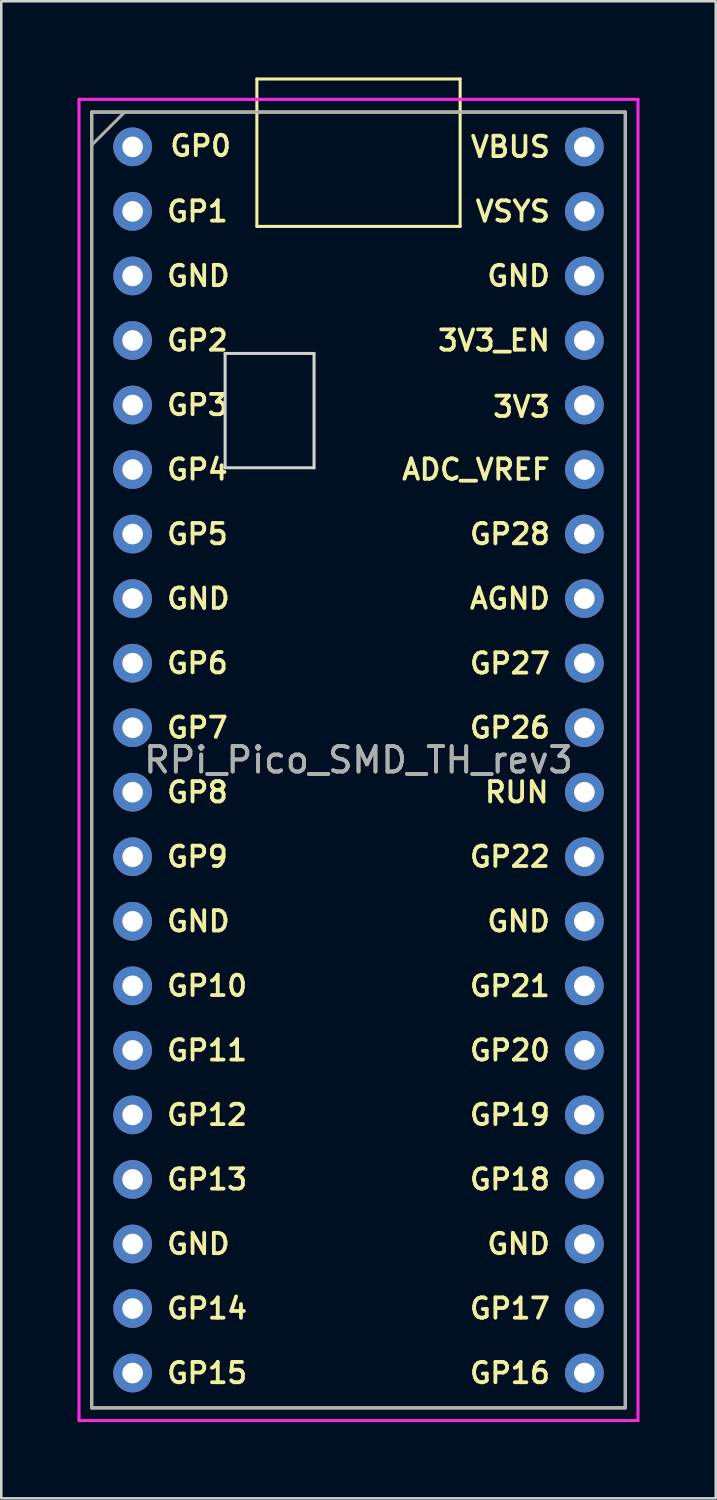
<source format=kicad_pcb>
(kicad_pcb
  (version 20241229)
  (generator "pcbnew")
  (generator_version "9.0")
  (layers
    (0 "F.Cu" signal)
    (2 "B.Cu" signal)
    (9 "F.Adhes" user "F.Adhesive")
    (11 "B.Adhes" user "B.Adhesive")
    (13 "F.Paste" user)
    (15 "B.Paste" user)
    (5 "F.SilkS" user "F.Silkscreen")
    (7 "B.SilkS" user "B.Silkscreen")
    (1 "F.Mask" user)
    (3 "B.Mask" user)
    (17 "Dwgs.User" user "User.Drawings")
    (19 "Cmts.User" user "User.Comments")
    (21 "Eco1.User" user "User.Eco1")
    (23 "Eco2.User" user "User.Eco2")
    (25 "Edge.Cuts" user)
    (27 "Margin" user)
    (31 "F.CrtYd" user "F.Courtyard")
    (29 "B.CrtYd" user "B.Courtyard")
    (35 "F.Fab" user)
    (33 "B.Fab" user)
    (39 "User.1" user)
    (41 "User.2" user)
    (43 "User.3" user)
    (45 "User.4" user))
  (footprint "RPi_Pico_SMD_TH_rev3"
    (layer "F.Cu")
    (at 11.06 26.86)
    (property "Reference" "RPi_Pico_SMD_TH_rev3" (at 0 0 0) (layer "F.Fab") (effects (font (size 1 1) (thickness 0.15))))
    (fp_line (start -10.5 -25.5) (end -10.5 25.5) (stroke (width 0.12) (type solid)) (layer "F.SilkS"))
    (fp_line (start -10.5 -25.5) (end 10.5 -25.5) (stroke (width 0.12) (type solid)) (layer "F.SilkS"))
    (fp_line (start -4 -26.8) (end -4 -21) (stroke (width 0.12) (type solid)) (layer "F.SilkS"))
    (fp_line (start -4 -26.8) (end 4 -26.8) (stroke (width 0.12) (type solid)) (layer "F.SilkS"))
    (fp_line (start -4 -21) (end 4 -21) (stroke (width 0.12) (type solid)) (layer "F.SilkS"))
    (fp_line (start 4 -26.8) (end 4 -21) (stroke (width 0.12) (type solid)) (layer "F.SilkS"))
    (fp_line (start 10.5 -25.5) (end 10.5 25.5) (stroke (width 0.12) (type solid)) (layer "F.SilkS"))
    (fp_line (start 10.5 25.5) (end -10.5 25.5) (stroke (width 0.12) (type solid)) (layer "F.SilkS"))
    (fp_line (start -5.25 -16) (end -1.75 -16) (stroke (width 0.12) (type solid)) (layer "Edge.Cuts"))
    (fp_line (start -5.25 -11.5) (end -5.25 -16) (stroke (width 0.12) (type solid)) (layer "Edge.Cuts"))
    (fp_line (start -1.75 -16) (end -1.75 -11.5) (stroke (width 0.12) (type solid)) (layer "Edge.Cuts"))
    (fp_line (start -1.75 -11.5) (end -5.25 -11.5) (stroke (width 0.12) (type solid)) (layer "Edge.Cuts"))
    (fp_line (start -11 -26) (end 11 -26) (stroke (width 0.12) (type solid)) (layer "F.CrtYd"))
    (fp_line (start -11 26) (end -11 -26) (stroke (width 0.12) (type solid)) (layer "F.CrtYd"))
    (fp_line (start 11 -26) (end 11 26) (stroke (width 0.12) (type solid)) (layer "F.CrtYd"))
    (fp_line (start 11 26) (end -11 26) (stroke (width 0.12) (type solid)) (layer "F.CrtYd"))
    (fp_line (start -10.5 -25.5) (end 10.5 -25.5) (stroke (width 0.12) (type solid)) (layer "F.Fab"))
    (fp_line (start -10.5 -24.2) (end -9.2 -25.5) (stroke (width 0.12) (type solid)) (layer "F.Fab"))
    (fp_line (start -10.5 25.5) (end -10.5 -25.5) (stroke (width 0.12) (type solid)) (layer "F.Fab"))
    (fp_line (start 10.5 -25.5) (end 10.5 25.5) (stroke (width 0.12) (type solid)) (layer "F.Fab"))
    (fp_line (start 10.5 25.5) (end -10.5 25.5) (stroke (width 0.12) (type solid)) (layer "F.Fab"))
    (fp_text user "GP6" (at -7.62 -3.81 0) (layer "F.SilkS") (effects (font (size 0.8 0.8) (thickness 0.15)) (justify left)))
    (fp_text user "GND" (at -7.62 -19.05 0) (layer "F.SilkS") (effects (font (size 0.8 0.8) (thickness 0.15)) (justify left)))
    (fp_text user "GP22" (at 7.62 3.81 0) (layer "F.SilkS") (effects (font (size 0.8 0.8) (thickness 0.15)) (justify right)))
    (fp_text user "GP16" (at 7.62 24.13 0) (layer "F.SilkS") (effects (font (size 0.8 0.8) (thickness 0.15)) (justify right)))
    (fp_text user "GND" (at 7.62 6.35 0) (layer "F.SilkS") (effects (font (size 0.8 0.8) (thickness 0.15)) (justify right)))
    (fp_text user "GP1" (at -7.62 -21.59 0) (layer "F.SilkS") (effects (font (size 0.8 0.8) (thickness 0.15)) (justify left)))
    (fp_text user "GP28" (at 7.62 -8.89 0) (layer "F.SilkS") (effects (font (size 0.8 0.8) (thickness 0.15)) (justify right)))
    (fp_text user "GP20" (at 7.62 11.43 0) (layer "F.SilkS") (effects (font (size 0.8 0.8) (thickness 0.15)) (justify right)))
    (fp_text user "GND" (at 7.62 19.05 0) (layer "F.SilkS") (effects (font (size 0.8 0.8) (thickness 0.15)) (justify right)))
    (fp_text user "GP27" (at 7.62 -3.8 0) (layer "F.SilkS") (effects (font (size 0.8 0.8) (thickness 0.15)) (justify right)))
    (fp_text user "GP12" (at -7.62 13.97 0) (layer "F.SilkS") (effects (font (size 0.8 0.8) (thickness 0.15)) (justify left)))
    (fp_text user "GP10" (at -7.62 8.89 0) (layer "F.SilkS") (effects (font (size 0.8 0.8) (thickness 0.15)) (justify left)))
    (fp_text user "VBUS" (at 7.62 -24.13 0) (layer "F.SilkS") (effects (font (size 0.8 0.8) (thickness 0.15)) (justify right)))
    (fp_text user "AGND" (at 7.62 -6.35 0) (layer "F.SilkS") (effects (font (size 0.8 0.8) (thickness 0.15)) (justify right)))
    (fp_text user "GND" (at -7.62 -6.35 0) (layer "F.SilkS") (effects (font (size 0.8 0.8) (thickness 0.15)) (justify left)))
    (fp_text user "GP0" (at -7.493 -24.166 0) (layer "F.SilkS") (effects (font (size 0.8 0.8) (thickness 0.15)) (justify left)))
    (fp_text user "GP8" (at -7.62 1.27 0) (layer "F.SilkS") (effects (font (size 0.8 0.8) (thickness 0.15)) (justify left)))
    (fp_text user "VSYS" (at 7.62 -21.59 0) (layer "F.SilkS") (effects (font (size 0.8 0.8) (thickness 0.15)) (justify right)))
    (fp_text user "GP11" (at -7.62 11.43 0) (layer "F.SilkS") (effects (font (size 0.8 0.8) (thickness 0.15)) (justify left)))
    (fp_text user "GND" (at -7.62 19.05 0) (layer "F.SilkS") (effects (font (size 0.8 0.8) (thickness 0.15)) (justify left)))
    (fp_text user "GP9" (at -7.62 3.81 0) (layer "F.SilkS") (effects (font (size 0.8 0.8) (thickness 0.15)) (justify left)))
    (fp_text user "GP18" (at 7.62 16.51 0) (layer "F.SilkS") (effects (font (size 0.8 0.8) (thickness 0.15)) (justify right)))
    (fp_text user "3V3_EN" (at 7.62 -16.51 0) (layer "F.SilkS") (effects (font (size 0.8 0.8) (thickness 0.15)) (justify right)))
    (fp_text user "3V3" (at 7.62 -13.9 0) (layer "F.SilkS") (effects (font (size 0.8 0.8) (thickness 0.15)) (justify right)))
    (fp_text user "GP15" (at -7.62 24.13 0) (layer "F.SilkS") (effects (font (size 0.8 0.8) (thickness 0.15)) (justify left)))
    (fp_text user "GP26" (at 7.62 -1.27 0) (layer "F.SilkS") (effects (font (size 0.8 0.8) (thickness 0.15)) (justify right)))
    (fp_text user "GP4" (at -7.62 -11.43 0) (layer "F.SilkS") (effects (font (size 0.8 0.8) (thickness 0.15)) (justify left)))
    (fp_text user "GND" (at 7.62 -19.05 0) (layer "F.SilkS") (effects (font (size 0.8 0.8) (thickness 0.15)) (justify right)))
    (fp_text user "GP14" (at -7.62 21.59 0) (layer "F.SilkS") (effects (font (size 0.8 0.8) (thickness 0.15)) (justify left)))
    (fp_text user "GP19" (at 7.62 13.97 0) (layer "F.SilkS") (effects (font (size 0.8 0.8) (thickness 0.15)) (justify right)))
    (fp_text user "GP17" (at 7.62 21.59 0) (layer "F.SilkS") (effects (font (size 0.8 0.8) (thickness 0.15)) (justify right)))
    (fp_text user "GP7" (at -7.62 -1.27 0) (layer "F.SilkS") (effects (font (size 0.8 0.8) (thickness 0.15)) (justify left)))
    (fp_text user "GP3" (at -7.62 -13.97 0) (layer "F.SilkS") (effects (font (size 0.8 0.8) (thickness 0.15)) (justify left)))
    (fp_text user "GP13" (at -7.62 16.51 0) (layer "F.SilkS") (effects (font (size 0.8 0.8) (thickness 0.15)) (justify left)))
    (fp_text user "GP2" (at -7.62 -16.51 0) (layer "F.SilkS") (effects (font (size 0.8 0.8) (thickness 0.15)) (justify left)))
    (fp_text user "GP21" (at 7.62 8.9 0) (layer "F.SilkS") (effects (font (size 0.8 0.8) (thickness 0.15)) (justify right)))
    (fp_text user "GND" (at -7.62 6.35 0) (layer "F.SilkS") (effects (font (size 0.8 0.8) (thickness 0.15)) (justify left)))
    (fp_text user "GP5" (at -7.62 -8.89 0) (layer "F.SilkS") (effects (font (size 0.8 0.8) (thickness 0.15)) (justify left)))
    (fp_text user "ADC_VREF" (at 7.62 -11.43 0) (layer "F.SilkS") (effects (font (size 0.8 0.8) (thickness 0.15)) (justify right)))
    (fp_text user "RUN" (at 7.566 1.27 0) (layer "F.SilkS") (effects (font (size 0.8 0.8) (thickness 0.15)) (justify right)))
    (fp_text user "${REFERENCE}" (at 0 0 180) (layer "F.Fab") (effects (font (size 1 1) (thickness 0.15))))
    (pad "1" thru_hole oval (at -8.89 -24.13) (size 1.524 1.524) (drill 0.813) (layers "*.Cu" "*.Mask"))
    (pad "2" thru_hole oval (at -8.89 -21.59) (size 1.524 1.524) (drill 0.813) (layers "*.Cu" "*.Mask"))
    (pad "3" thru_hole circle (at -8.89 -19.05) (size 1.524 1.524) (drill 0.813) (layers "*.Cu" "*.Mask"))
    (pad "4" thru_hole oval (at -8.89 -16.51) (size 1.524 1.524) (drill 0.813) (layers "*.Cu" "*.Mask"))
    (pad "5" thru_hole oval (at -8.89 -13.97) (size 1.524 1.524) (drill 0.813) (layers "*.Cu" "*.Mask"))
    (pad "6" thru_hole oval (at -8.89 -11.43) (size 1.524 1.524) (drill 0.813) (layers "*.Cu" "*.Mask"))
    (pad "7" thru_hole oval (at -8.89 -8.89) (size 1.524 1.524) (drill 0.813) (layers "*.Cu" "*.Mask"))
    (pad "8" thru_hole circle (at -8.89 -6.35) (size 1.524 1.524) (drill 0.813) (layers "*.Cu" "*.Mask"))
    (pad "9" thru_hole oval (at -8.89 -3.81) (size 1.524 1.524) (drill 0.813) (layers "*.Cu" "*.Mask"))
    (pad "10" thru_hole oval (at -8.89 -1.27) (size 1.524 1.524) (drill 0.813) (layers "*.Cu" "*.Mask"))
    (pad "11" thru_hole oval (at -8.89 1.27) (size 1.524 1.524) (drill 0.813) (layers "*.Cu" "*.Mask"))
    (pad "12" thru_hole oval (at -8.89 3.81) (size 1.524 1.524) (drill 0.813) (layers "*.Cu" "*.Mask"))
    (pad "13" thru_hole circle (at -8.89 6.35) (size 1.524 1.524) (drill 0.813) (layers "*.Cu" "*.Mask"))
    (pad "14" thru_hole oval (at -8.89 8.89) (size 1.524 1.524) (drill 0.813) (layers "*.Cu" "*.Mask"))
    (pad "15" thru_hole oval (at -8.89 11.43) (size 1.524 1.524) (drill 0.813) (layers "*.Cu" "*.Mask"))
    (pad "16" thru_hole oval (at -8.89 13.97) (size 1.524 1.524) (drill 0.813) (layers "*.Cu" "*.Mask"))
    (pad "17" thru_hole oval (at -8.89 16.51) (size 1.524 1.524) (drill 0.813) (layers "*.Cu" "*.Mask"))
    (pad "18" thru_hole circle (at -8.89 19.05) (size 1.524 1.524) (drill 0.813) (layers "*.Cu" "*.Mask"))
    (pad "19" thru_hole oval (at -8.89 21.59) (size 1.524 1.524) (drill 0.813) (layers "*.Cu" "*.Mask"))
    (pad "20" thru_hole oval (at -8.89 24.13) (size 1.524 1.524) (drill 0.813) (layers "*.Cu" "*.Mask"))
    (pad "21" thru_hole oval (at 8.89 24.13) (size 1.524 1.524) (drill 0.813) (layers "*.Cu" "*.Mask"))
    (pad "22" thru_hole oval (at 8.89 21.59) (size 1.524 1.524) (drill 0.813) (layers "*.Cu" "*.Mask"))
    (pad "23" thru_hole circle (at 8.89 19.05) (size 1.524 1.524) (drill 0.813) (layers "*.Cu" "*.Mask"))
    (pad "24" thru_hole oval (at 8.89 16.51) (size 1.524 1.524) (drill 0.813) (layers "*.Cu" "*.Mask"))
    (pad "25" thru_hole oval (at 8.89 13.97) (size 1.524 1.524) (drill 0.813) (layers "*.Cu" "*.Mask"))
    (pad "26" thru_hole oval (at 8.89 11.43) (size 1.524 1.524) (drill 0.813) (layers "*.Cu" "*.Mask"))
    (pad "27" thru_hole oval (at 8.89 8.89) (size 1.524 1.524) (drill 0.813) (layers "*.Cu" "*.Mask"))
    (pad "28" thru_hole circle (at 8.89 6.35) (size 1.524 1.524) (drill 0.813) (layers "*.Cu" "*.Mask"))
    (pad "29" thru_hole oval (at 8.89 3.81) (size 1.524 1.524) (drill 0.813) (layers "*.Cu" "*.Mask"))
    (pad "30" thru_hole oval (at 8.89 1.27) (size 1.524 1.524) (drill 0.813) (layers "*.Cu" "*.Mask"))
    (pad "31" thru_hole oval (at 8.89 -1.27) (size 1.524 1.524) (drill 0.813) (layers "*.Cu" "*.Mask"))
    (pad "32" thru_hole oval (at 8.89 -3.81) (size 1.524 1.524) (drill 0.813) (layers "*.Cu" "*.Mask"))
    (pad "33" thru_hole circle (at 8.89 -6.35) (size 1.524 1.524) (drill 0.813) (layers "*.Cu" "*.Mask"))
    (pad "34" thru_hole oval (at 8.89 -8.89) (size 1.524 1.524) (drill 0.813) (layers "*.Cu" "*.Mask"))
    (pad "35" thru_hole oval (at 8.89 -11.43) (size 1.524 1.524) (drill 0.813) (layers "*.Cu" "*.Mask"))
    (pad "36" thru_hole oval (at 8.89 -13.97) (size 1.524 1.524) (drill 0.813) (layers "*.Cu" "*.Mask"))
    (pad "37" thru_hole oval (at 8.89 -16.51) (size 1.524 1.524) (drill 0.813) (layers "*.Cu" "*.Mask"))
    (pad "38" thru_hole circle (at 8.89 -19.05) (size 1.524 1.524) (drill 0.813) (layers "*.Cu" "*.Mask"))
    (pad "39" thru_hole oval (at 8.89 -21.59) (size 1.524 1.524) (drill 0.813) (layers "*.Cu" "*.Mask"))
    (pad "40" thru_hole oval (at 8.89 -24.13) (size 1.524 1.524) (drill 0.813) (layers "*.Cu" "*.Mask")))
  (gr_rect
    (start -3 -3)
    (end 25.12 55.92)
    (stroke (width 0.1) (type default))
    (fill no)
    (layer "Edge.Cuts")))
</source>
